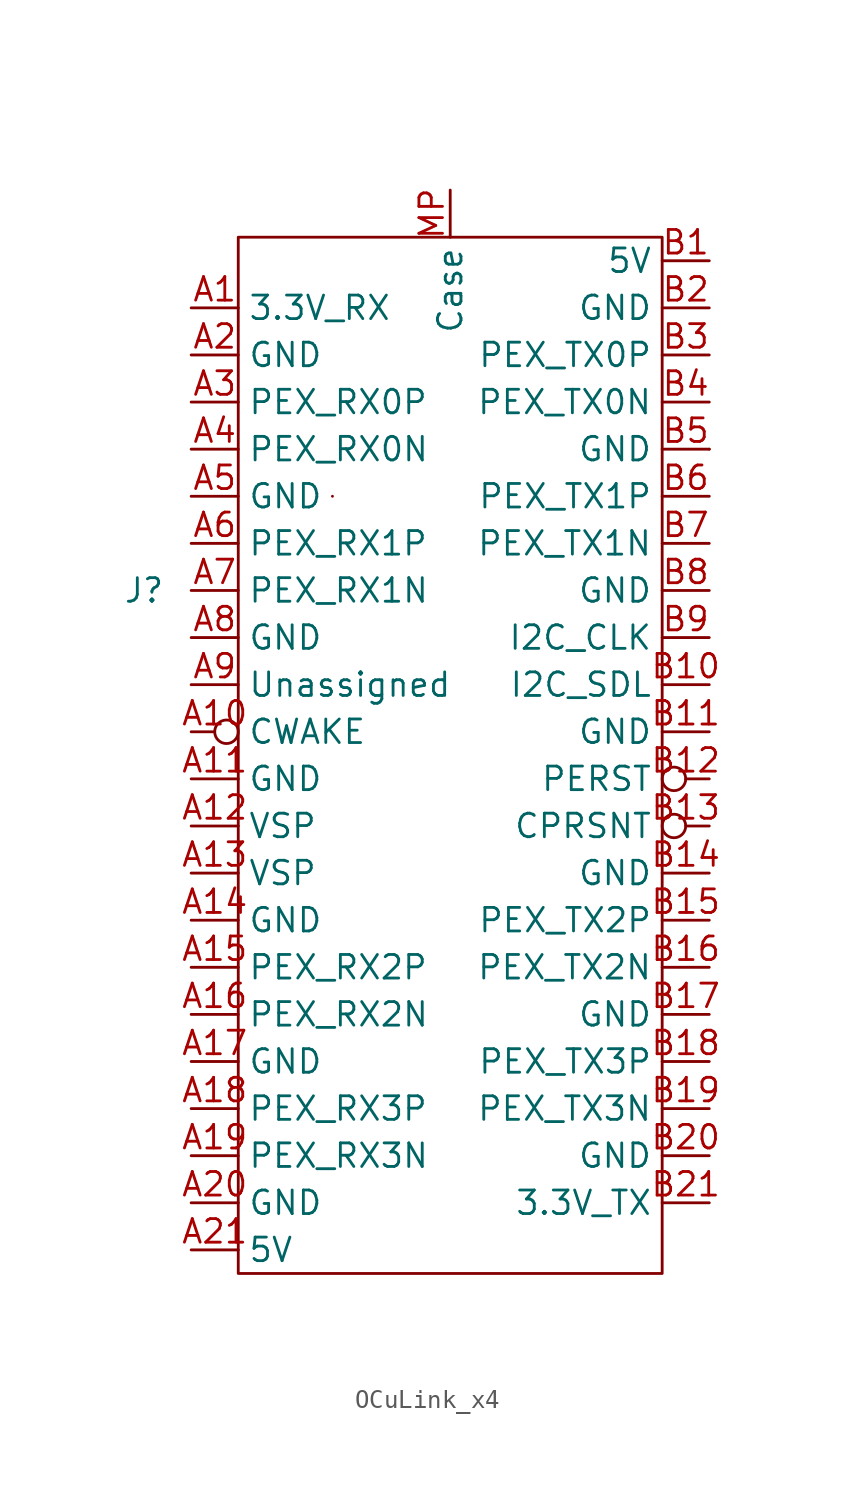
<source format=kicad_sym>
(kicad_symbol_lib
  (version 20220914)
  (generator kicad_symbol_editor)
  (symbol "OCuLink_x4"
    (property "Reference" "J"
      (at -16.51 10.16 0)
      (effects (font (size 1.27 1.27))))
    (property "Value" ""
      (at 2.54 25.4 0)
      (effects (font (size 1.27 1.27))))
    (symbol "OCuLink_x4_0_1"
      (rectangle (start -11.43 29.21) (end 11.43 -26.67) (stroke (width 0) (type default)) (fill (type none)))
      (rectangle (start -6.35 15.24) (end -6.35 15.24) (stroke (width 0) (type default)) (fill (type none)))
      (rectangle (start 13.97 17.78) (end 13.97 17.78) (stroke (width 0) (type default)) (fill (type none))))
    (symbol "OCuLink_x4_1_0"
      (pin unspecified line (at 0 31.75 270) (length 2.54) (name "Case" (effects (font (size 1.27 1.27)))) (number "MP" (effects (font (size 1.27 1.27))))))
    (symbol "OCuLink_x4_1_1"
      (pin power_in line (at -13.97 25.4 0) (length 2.54) (name "3.3V_RX" (effects (font (size 1.27 1.27)))) (number "A1" (effects (font (size 1.27 1.27)))))
      (pin unspecified inverted (at -13.97 2.54 0) (length 2.54) (name "CWAKE" (effects (font (size 1.27 1.27)))) (number "A10" (effects (font (size 1.27 1.27)))))
      (pin unspecified line (at -13.97 0 0) (length 2.54) (name "GND" (effects (font (size 1.27 1.27)))) (number "A11" (effects (font (size 1.27 1.27)))))
      (pin unspecified line (at -13.97 -2.54 0) (length 2.54) (name "VSP" (effects (font (size 1.27 1.27)))) (number "A12" (effects (font (size 1.27 1.27)))))
      (pin unspecified line (at -13.97 -5.08 0) (length 2.54) (name "VSP" (effects (font (size 1.27 1.27)))) (number "A13" (effects (font (size 1.27 1.27)))))
      (pin unspecified line (at -13.97 -7.62 0) (length 2.54) (name "GND" (effects (font (size 1.27 1.27)))) (number "A14" (effects (font (size 1.27 1.27)))))
      (pin bidirectional line (at -13.97 -10.16 0) (length 2.54) (name "PEX_RX2P" (effects (font (size 1.27 1.27)))) (number "A15" (effects (font (size 1.27 1.27)))))
      (pin bidirectional line (at -13.97 -12.7 0) (length 2.54) (name "PEX_RX2N" (effects (font (size 1.27 1.27)))) (number "A16" (effects (font (size 1.27 1.27)))))
      (pin unspecified line (at -13.97 -15.24 0) (length 2.54) (name "GND" (effects (font (size 1.27 1.27)))) (number "A17" (effects (font (size 1.27 1.27)))))
      (pin bidirectional line (at -13.97 -17.78 0) (length 2.54) (name "PEX_RX3P" (effects (font (size 1.27 1.27)))) (number "A18" (effects (font (size 1.27 1.27)))))
      (pin bidirectional line (at -13.97 -20.32 0) (length 2.54) (name "PEX_RX3N" (effects (font (size 1.27 1.27)))) (number "A19" (effects (font (size 1.27 1.27)))))
      (pin unspecified line (at -13.97 22.86 0) (length 2.54) (name "GND" (effects (font (size 1.27 1.27)))) (number "A2" (effects (font (size 1.27 1.27)))))
      (pin unspecified line (at -13.97 -22.86 0) (length 2.54) (name "GND" (effects (font (size 1.27 1.27)))) (number "A20" (effects (font (size 1.27 1.27)))))
      (pin power_in line (at -13.97 -25.4 0) (length 2.54) (name "5V" (effects (font (size 1.27 1.27)))) (number "A21" (effects (font (size 1.27 1.27)))))
      (pin bidirectional line (at -13.97 20.32 0) (length 2.54) (name "PEX_RX0P" (effects (font (size 1.27 1.27)))) (number "A3" (effects (font (size 1.27 1.27)))))
      (pin bidirectional line (at -13.97 17.78 0) (length 2.54) (name "PEX_RX0N" (effects (font (size 1.27 1.27)))) (number "A4" (effects (font (size 1.27 1.27)))))
      (pin unspecified line (at -13.97 15.24 0) (length 2.54) (name "GND" (effects (font (size 1.27 1.27)))) (number "A5" (effects (font (size 1.27 1.27)))))
      (pin bidirectional line (at -13.97 12.7 0) (length 2.54) (name "PEX_RX1P" (effects (font (size 1.27 1.27)))) (number "A6" (effects (font (size 1.27 1.27)))))
      (pin bidirectional line (at -13.97 10.16 0) (length 2.54) (name "PEX_RX1N" (effects (font (size 1.27 1.27)))) (number "A7" (effects (font (size 1.27 1.27)))))
      (pin unspecified line (at -13.97 7.62 0) (length 2.54) (name "GND" (effects (font (size 1.27 1.27)))) (number "A8" (effects (font (size 1.27 1.27)))))
      (pin unspecified line (at -13.97 5.08 0) (length 2.54) (name "Unassigned" (effects (font (size 1.27 1.27)))) (number "A9" (effects (font (size 1.27 1.27)))))
      (pin power_in line (at 13.97 27.94 180) (length 2.54) (name "5V" (effects (font (size 1.27 1.27)))) (number "B1" (effects (font (size 1.27 1.27)))))
      (pin bidirectional line (at 13.97 5.08 180) (length 2.54) (name "I2C_SDL" (effects (font (size 1.27 1.27)))) (number "B10" (effects (font (size 1.27 1.27)))))
      (pin unspecified line (at 13.97 2.54 180) (length 2.54) (name "GND" (effects (font (size 1.27 1.27)))) (number "B11" (effects (font (size 1.27 1.27)))))
      (pin bidirectional inverted (at 13.97 0 180) (length 2.54) (name "PERST" (effects (font (size 1.27 1.27)))) (number "B12" (effects (font (size 1.27 1.27)))))
      (pin bidirectional inverted (at 13.97 -2.54 180) (length 2.54) (name "CPRSNT" (effects (font (size 1.27 1.27)))) (number "B13" (effects (font (size 1.27 1.27)))))
      (pin unspecified line (at 13.97 -5.08 180) (length 2.54) (name "GND" (effects (font (size 1.27 1.27)))) (number "B14" (effects (font (size 1.27 1.27)))))
      (pin bidirectional line (at 13.97 -7.62 180) (length 2.54) (name "PEX_TX2P" (effects (font (size 1.27 1.27)))) (number "B15" (effects (font (size 1.27 1.27)))))
      (pin bidirectional line (at 13.97 -10.16 180) (length 2.54) (name "PEX_TX2N" (effects (font (size 1.27 1.27)))) (number "B16" (effects (font (size 1.27 1.27)))))
      (pin unspecified line (at 13.97 -12.7 180) (length 2.54) (name "GND" (effects (font (size 1.27 1.27)))) (number "B17" (effects (font (size 1.27 1.27)))))
      (pin bidirectional line (at 13.97 -15.24 180) (length 2.54) (name "PEX_TX3P" (effects (font (size 1.27 1.27)))) (number "B18" (effects (font (size 1.27 1.27)))))
      (pin bidirectional line (at 13.97 -17.78 180) (length 2.54) (name "PEX_TX3N" (effects (font (size 1.27 1.27)))) (number "B19" (effects (font (size 1.27 1.27)))))
      (pin unspecified line (at 13.97 25.4 180) (length 2.54) (name "GND" (effects (font (size 1.27 1.27)))) (number "B2" (effects (font (size 1.27 1.27)))))
      (pin unspecified line (at 13.97 -20.32 180) (length 2.54) (name "GND" (effects (font (size 1.27 1.27)))) (number "B20" (effects (font (size 1.27 1.27)))))
      (pin power_in line (at 13.97 -22.86 180) (length 2.54) (name "3.3V_TX" (effects (font (size 1.27 1.27)))) (number "B21" (effects (font (size 1.27 1.27)))))
      (pin bidirectional line (at 13.97 22.86 180) (length 2.54) (name "PEX_TX0P" (effects (font (size 1.27 1.27)))) (number "B3" (effects (font (size 1.27 1.27)))))
      (pin bidirectional line (at 13.97 20.32 180) (length 2.54) (name "PEX_TX0N" (effects (font (size 1.27 1.27)))) (number "B4" (effects (font (size 1.27 1.27)))))
      (pin unspecified line (at 13.97 17.78 180) (length 2.54) (name "GND" (effects (font (size 1.27 1.27)))) (number "B5" (effects (font (size 1.27 1.27)))))
      (pin bidirectional line (at 13.97 15.24 180) (length 2.54) (name "PEX_TX1P" (effects (font (size 1.27 1.27)))) (number "B6" (effects (font (size 1.27 1.27)))))
      (pin bidirectional line (at 13.97 12.7 180) (length 2.54) (name "PEX_TX1N" (effects (font (size 1.27 1.27)))) (number "B7" (effects (font (size 1.27 1.27)))))
      (pin unspecified line (at 13.97 10.16 180) (length 2.54) (name "GND" (effects (font (size 1.27 1.27)))) (number "B8" (effects (font (size 1.27 1.27)))))
      (pin bidirectional line (at 13.97 7.62 180) (length 2.54) (name "I2C_CLK" (effects (font (size 1.27 1.27)))) (number "B9" (effects (font (size 1.27 1.27))))))))
</source>
